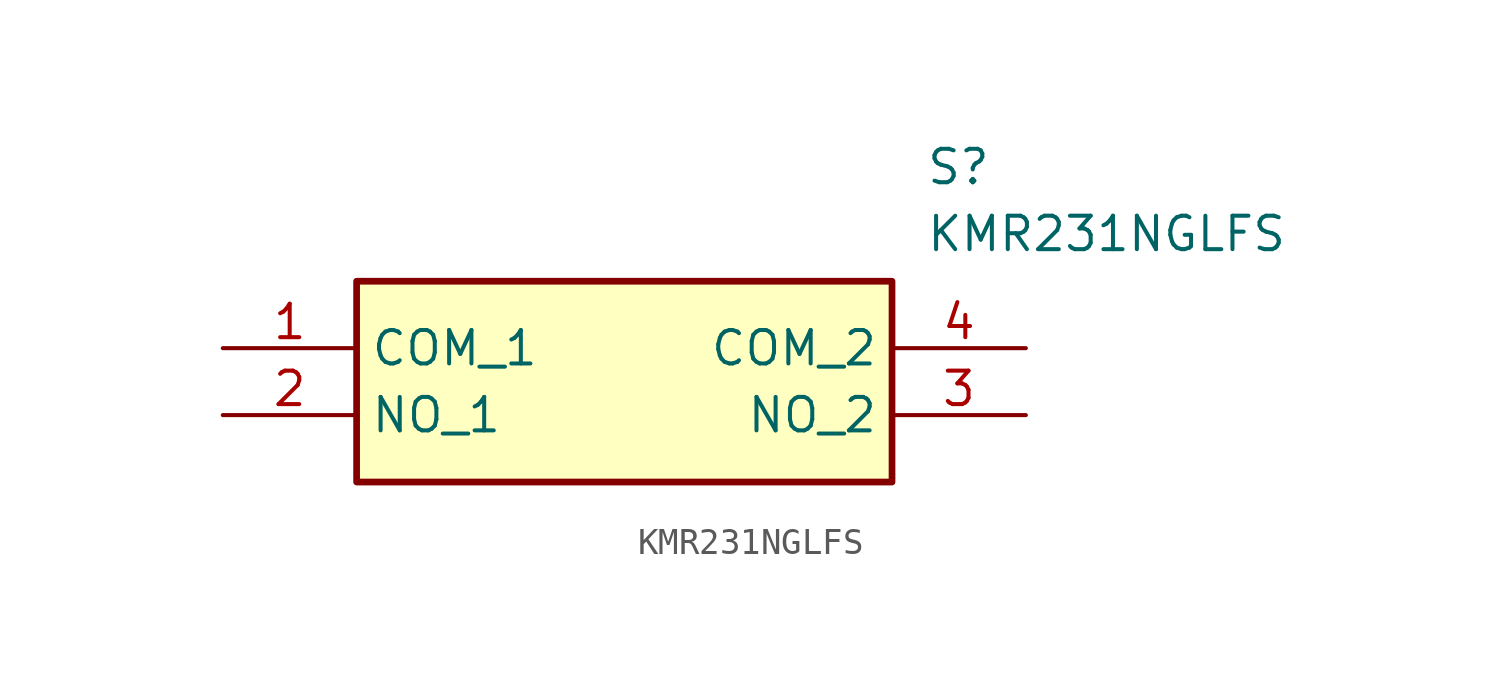
<source format=kicad_sym>
(kicad_symbol_lib
  (version 20211014)
  (generator SamacSys_ECAD_Model)
  (symbol "KMR231NGLFS"
    (property "Reference" "S"
      (at 26.67 7.62 0)
      (effects (font (size 1.27 1.27)) (justify left top)))
    (property "Value" "KMR231NGLFS"
      (at 26.67 5.08 0)
      (effects (font (size 1.27 1.27)) (justify left top)))
    (rectangle
      (start 5.08 2.54)
      (end 25.4 -5.08)
      (stroke (width 0.254) (type default))
      (fill (type background)))
    (pin passive line
      (at 0 0 0)
      (length 5.08)
      (name "COM_1" (effects (font (size 1.27 1.27))))
      (number "1" (effects (font (size 1.27 1.27)))))
    (pin passive line
      (at 0 -2.54 0)
      (length 5.08)
      (name "NO_1" (effects (font (size 1.27 1.27))))
      (number "2" (effects (font (size 1.27 1.27)))))
    (pin passive line
      (at 30.48 -2.54 180)
      (length 5.08)
      (name "NO_2" (effects (font (size 1.27 1.27))))
      (number "3" (effects (font (size 1.27 1.27)))))
    (pin passive line
      (at 30.48 0 180)
      (length 5.08)
      (name "COM_2" (effects (font (size 1.27 1.27))))
      (number "4" (effects (font (size 1.27 1.27)))))))
</source>
